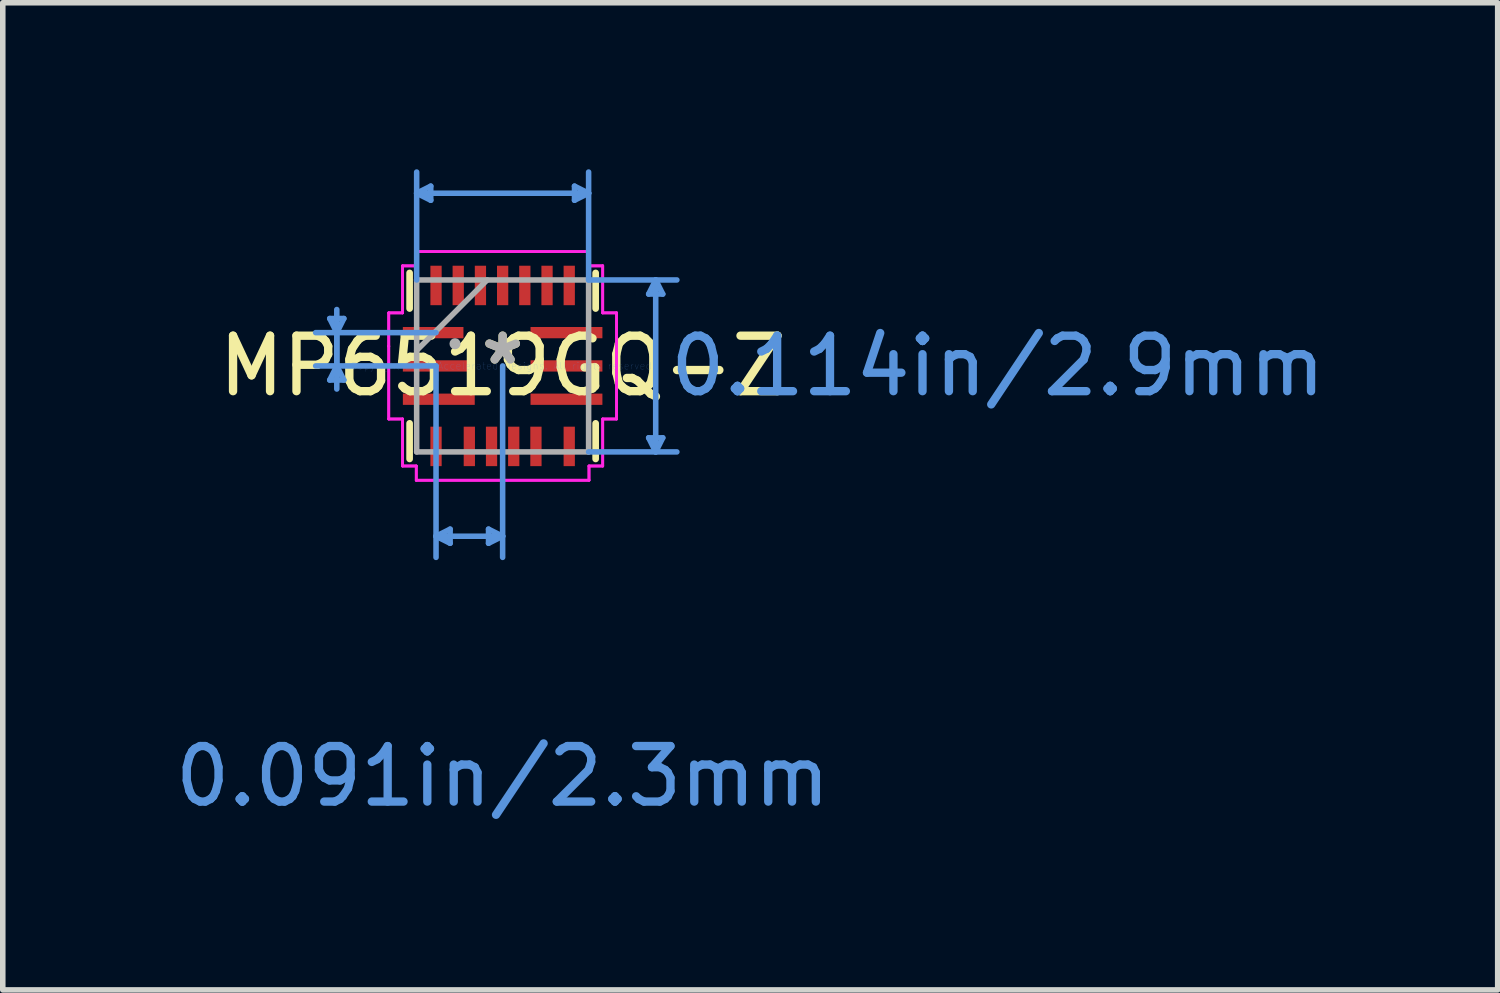
<source format=kicad_pcb>
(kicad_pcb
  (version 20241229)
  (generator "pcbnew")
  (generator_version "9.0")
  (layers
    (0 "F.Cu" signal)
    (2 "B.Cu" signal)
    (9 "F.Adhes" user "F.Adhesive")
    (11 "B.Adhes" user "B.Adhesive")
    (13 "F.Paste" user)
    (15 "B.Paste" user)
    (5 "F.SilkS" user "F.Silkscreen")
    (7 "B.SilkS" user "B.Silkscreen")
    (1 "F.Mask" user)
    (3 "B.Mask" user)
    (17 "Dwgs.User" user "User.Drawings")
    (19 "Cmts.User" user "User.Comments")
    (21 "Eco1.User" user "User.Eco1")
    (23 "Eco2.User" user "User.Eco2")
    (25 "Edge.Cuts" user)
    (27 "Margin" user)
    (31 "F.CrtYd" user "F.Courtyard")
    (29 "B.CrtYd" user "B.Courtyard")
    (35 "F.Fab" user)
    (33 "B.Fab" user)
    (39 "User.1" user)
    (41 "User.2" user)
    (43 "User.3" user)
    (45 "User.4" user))
  (footprint "MP6519GQ-Z"
    (layer "F.Cu")
    (at 6.006 3.543)
    (property "Reference" "MP6519GQ-Z" (at 0 0 0) (layer "F.SilkS") (effects (font (size 1 1) (thickness 0.15))))
    (attr through_hole)
    (fp_line (start -1.676 -1.034) (end -1.676 -1.676) (stroke (width 0.12) (type solid)) (layer "F.SilkS"))
    (fp_line (start -1.676 1.676) (end -1.676 1.034) (stroke (width 0.12) (type solid)) (layer "F.SilkS"))
    (fp_line (start 1.676 -1.676) (end 1.676 -1.034) (stroke (width 0.12) (type solid)) (layer "F.SilkS"))
    (fp_line (start 1.676 1.034) (end 1.676 1.676) (stroke (width 0.12) (type solid)) (layer "F.SilkS"))
    (fp_line (start -3.115 -0.854) (end -2.988 -0.6) (stroke (width 0.1) (type solid)) (layer "Cmts.User"))
    (fp_line (start -3.115 0.254) (end -2.988 0) (stroke (width 0.1) (type solid)) (layer "Cmts.User"))
    (fp_line (start -3.115 0.254) (end -2.861 0.254) (stroke (width 0.1) (type solid)) (layer "Cmts.User"))
    (fp_line (start -2.988 -1.016) (end -2.988 0) (stroke (width 0.1) (type solid)) (layer "Cmts.User"))
    (fp_line (start -2.988 0.416) (end -2.988 -0.6) (stroke (width 0.1) (type solid)) (layer "Cmts.User"))
    (fp_line (start -2.861 -0.854) (end -3.115 -0.854) (stroke (width 0.1) (type solid)) (layer "Cmts.User"))
    (fp_line (start -2.861 -0.854) (end -2.988 -0.6) (stroke (width 0.1) (type solid)) (layer "Cmts.User"))
    (fp_line (start -2.861 0.254) (end -2.988 0) (stroke (width 0.1) (type solid)) (layer "Cmts.User"))
    (fp_line (start -1.549 -3.112) (end 1.549 -3.112) (stroke (width 0.1) (type solid)) (layer "Cmts.User"))
    (fp_line (start -1.549 -1.549) (end -1.549 -3.493) (stroke (width 0.1) (type solid)) (layer "Cmts.User"))
    (fp_line (start -1.295 -3.239) (end -1.549 -3.112) (stroke (width 0.1) (type solid)) (layer "Cmts.User"))
    (fp_line (start -1.295 -2.985) (end -1.549 -3.112) (stroke (width 0.1) (type solid)) (layer "Cmts.User"))
    (fp_line (start -1.295 -2.985) (end -1.295 -3.239) (stroke (width 0.1) (type solid)) (layer "Cmts.User"))
    (fp_line (start -1.2 3.068) (end -0.000011 3.068) (stroke (width 0.1) (type solid)) (layer "Cmts.User"))
    (fp_line (start -1.2 -0.6) (end -3.369 -0.6) (stroke (width 0.1) (type solid)) (layer "Cmts.User"))
    (fp_line (start -1.2 0) (end -3.369 0) (stroke (width 0.1) (type solid)) (layer "Cmts.User"))
    (fp_line (start -1.2 0) (end -1.2 3.449) (stroke (width 0.1) (type solid)) (layer "Cmts.User"))
    (fp_line (start -0.946 2.941) (end -1.2 3.068) (stroke (width 0.1) (type solid)) (layer "Cmts.User"))
    (fp_line (start -0.946 3.195) (end -1.2 3.068) (stroke (width 0.1) (type solid)) (layer "Cmts.User"))
    (fp_line (start -0.946 3.195) (end -0.946 2.941) (stroke (width 0.1) (type solid)) (layer "Cmts.User"))
    (fp_line (start -0.254 2.941) (end -0.254 3.195) (stroke (width 0.1) (type solid)) (layer "Cmts.User"))
    (fp_line (start -0.254 2.941) (end -0.000011 3.068) (stroke (width 0.1) (type solid)) (layer "Cmts.User"))
    (fp_line (start -0.254 3.195) (end -0.000011 3.068) (stroke (width 0.1) (type solid)) (layer "Cmts.User"))
    (fp_line (start 0 0) (end -0.000013 3.449) (stroke (width 0.1) (type solid)) (layer "Cmts.User"))
    (fp_line (start 1.295 -2.985) (end 1.549 -3.112) (stroke (width 0.1) (type solid)) (layer "Cmts.User"))
    (fp_line (start 1.295 -3.239) (end 1.295 -2.985) (stroke (width 0.1) (type solid)) (layer "Cmts.User"))
    (fp_line (start 1.295 -3.239) (end 1.549 -3.112) (stroke (width 0.1) (type solid)) (layer "Cmts.User"))
    (fp_line (start 1.549 -1.549) (end 1.549 -3.493) (stroke (width 0.1) (type solid)) (layer "Cmts.User"))
    (fp_line (start 1.549 -1.549) (end 3.139 -1.549) (stroke (width 0.1) (type solid)) (layer "Cmts.User"))
    (fp_line (start 1.549 1.549) (end 3.139 1.549) (stroke (width 0.1) (type solid)) (layer "Cmts.User"))
    (fp_line (start 2.631 -1.295) (end 2.758 -1.549) (stroke (width 0.1) (type solid)) (layer "Cmts.User"))
    (fp_line (start 2.631 -1.295) (end 2.885 -1.295) (stroke (width 0.1) (type solid)) (layer "Cmts.User"))
    (fp_line (start 2.631 1.295) (end 2.758 1.549) (stroke (width 0.1) (type solid)) (layer "Cmts.User"))
    (fp_line (start 2.758 -1.549) (end 2.758 1.549) (stroke (width 0.1) (type solid)) (layer "Cmts.User"))
    (fp_line (start 2.885 1.295) (end 2.631 1.295) (stroke (width 0.1) (type solid)) (layer "Cmts.User"))
    (fp_line (start 2.885 1.295) (end 2.758 1.549) (stroke (width 0.1) (type solid)) (layer "Cmts.User"))
    (fp_line (start 2.885 -1.295) (end 2.758 -1.549) (stroke (width 0.1) (type solid)) (layer "Cmts.User"))
    (fp_line (start -2.052 -0.956) (end -2.052 -0.356) (stroke (width 0.05) (type solid)) (layer "F.CrtYd"))
    (fp_line (start -2.052 -0.956) (end -2.052 -0.356) (stroke (width 0.05) (type solid)) (layer "F.CrtYd"))
    (fp_line (start -2.052 -0.356) (end -2.052 -0.356) (stroke (width 0.05) (type solid)) (layer "F.CrtYd"))
    (fp_line (start -2.052 -0.356) (end -2.052 -0.356) (stroke (width 0.05) (type solid)) (layer "F.CrtYd"))
    (fp_line (start -2.052 -0.356) (end -2.052 0.956) (stroke (width 0.05) (type solid)) (layer "F.CrtYd"))
    (fp_line (start -2.052 -0.356) (end -2.052 0.956) (stroke (width 0.05) (type solid)) (layer "F.CrtYd"))
    (fp_line (start -2.052 0.956) (end -1.803 0.956) (stroke (width 0.05) (type solid)) (layer "F.CrtYd"))
    (fp_line (start -2.052 0.956) (end -1.803 0.956) (stroke (width 0.05) (type solid)) (layer "F.CrtYd"))
    (fp_line (start -1.803 -1.803) (end -1.803 -0.956) (stroke (width 0.05) (type solid)) (layer "F.CrtYd"))
    (fp_line (start -1.803 -1.803) (end -1.803 -0.956) (stroke (width 0.05) (type solid)) (layer "F.CrtYd"))
    (fp_line (start -1.803 -0.956) (end -2.052 -0.956) (stroke (width 0.05) (type solid)) (layer "F.CrtYd"))
    (fp_line (start -1.803 -0.956) (end -2.052 -0.956) (stroke (width 0.05) (type solid)) (layer "F.CrtYd"))
    (fp_line (start -1.803 0.956) (end -1.803 1.803) (stroke (width 0.05) (type solid)) (layer "F.CrtYd"))
    (fp_line (start -1.803 0.956) (end -1.803 1.803) (stroke (width 0.05) (type solid)) (layer "F.CrtYd"))
    (fp_line (start -1.803 1.803) (end -1.556 1.803) (stroke (width 0.05) (type solid)) (layer "F.CrtYd"))
    (fp_line (start -1.803 1.803) (end -1.556 1.803) (stroke (width 0.05) (type solid)) (layer "F.CrtYd"))
    (fp_line (start -1.556 -2.06) (end -1.556 -1.803) (stroke (width 0.05) (type solid)) (layer "F.CrtYd"))
    (fp_line (start -1.556 -2.06) (end -1.556 -1.803) (stroke (width 0.05) (type solid)) (layer "F.CrtYd"))
    (fp_line (start -1.556 -1.803) (end -1.803 -1.803) (stroke (width 0.05) (type solid)) (layer "F.CrtYd"))
    (fp_line (start -1.556 -1.803) (end -1.803 -1.803) (stroke (width 0.05) (type solid)) (layer "F.CrtYd"))
    (fp_line (start -1.556 1.803) (end -1.556 2.06) (stroke (width 0.05) (type solid)) (layer "F.CrtYd"))
    (fp_line (start -1.556 1.803) (end -1.556 2.06) (stroke (width 0.05) (type solid)) (layer "F.CrtYd"))
    (fp_line (start -1.556 2.06) (end 1.556 2.06) (stroke (width 0.05) (type solid)) (layer "F.CrtYd"))
    (fp_line (start -1.556 2.06) (end 1.556 2.06) (stroke (width 0.05) (type solid)) (layer "F.CrtYd"))
    (fp_line (start 1.556 -2.06) (end -1.556 -2.06) (stroke (width 0.05) (type solid)) (layer "F.CrtYd"))
    (fp_line (start 1.556 -2.06) (end -1.556 -2.06) (stroke (width 0.05) (type solid)) (layer "F.CrtYd"))
    (fp_line (start 1.556 -1.803) (end 1.556 -2.06) (stroke (width 0.05) (type solid)) (layer "F.CrtYd"))
    (fp_line (start 1.556 -1.803) (end 1.556 -2.06) (stroke (width 0.05) (type solid)) (layer "F.CrtYd"))
    (fp_line (start 1.556 1.803) (end 1.803 1.803) (stroke (width 0.05) (type solid)) (layer "F.CrtYd"))
    (fp_line (start 1.556 1.803) (end 1.803 1.803) (stroke (width 0.05) (type solid)) (layer "F.CrtYd"))
    (fp_line (start 1.556 2.06) (end 1.556 1.803) (stroke (width 0.05) (type solid)) (layer "F.CrtYd"))
    (fp_line (start 1.556 2.06) (end 1.556 1.803) (stroke (width 0.05) (type solid)) (layer "F.CrtYd"))
    (fp_line (start 1.803 -1.803) (end 1.556 -1.803) (stroke (width 0.05) (type solid)) (layer "F.CrtYd"))
    (fp_line (start 1.803 -1.803) (end 1.556 -1.803) (stroke (width 0.05) (type solid)) (layer "F.CrtYd"))
    (fp_line (start 1.803 -0.956) (end 1.803 -1.803) (stroke (width 0.05) (type solid)) (layer "F.CrtYd"))
    (fp_line (start 1.803 -0.956) (end 1.803 -1.803) (stroke (width 0.05) (type solid)) (layer "F.CrtYd"))
    (fp_line (start 1.803 0.956) (end 2.052 0.956) (stroke (width 0.05) (type solid)) (layer "F.CrtYd"))
    (fp_line (start 1.803 0.956) (end 2.052 0.956) (stroke (width 0.05) (type solid)) (layer "F.CrtYd"))
    (fp_line (start 1.803 1.803) (end 1.803 0.956) (stroke (width 0.05) (type solid)) (layer "F.CrtYd"))
    (fp_line (start 1.803 1.803) (end 1.803 0.956) (stroke (width 0.05) (type solid)) (layer "F.CrtYd"))
    (fp_line (start 2.052 -0.956) (end 1.803 -0.956) (stroke (width 0.05) (type solid)) (layer "F.CrtYd"))
    (fp_line (start 2.052 -0.956) (end 1.803 -0.956) (stroke (width 0.05) (type solid)) (layer "F.CrtYd"))
    (fp_line (start 2.052 0.956) (end 2.052 -0.956) (stroke (width 0.05) (type solid)) (layer "F.CrtYd"))
    (fp_line (start 2.052 0.956) (end 2.052 -0.956) (stroke (width 0.05) (type solid)) (layer "F.CrtYd"))
    (fp_line (start -1.549 -1.549) (end -1.549 1.549) (stroke (width 0.1) (type solid)) (layer "F.Fab"))
    (fp_line (start -1.549 -0.279) (end -0.279 -1.549) (stroke (width 0.1) (type solid)) (layer "F.Fab"))
    (fp_line (start -1.549 1.549) (end 1.549 1.549) (stroke (width 0.1) (type solid)) (layer "F.Fab"))
    (fp_line (start 1.549 -1.549) (end -1.549 -1.549) (stroke (width 0.1) (type solid)) (layer "F.Fab"))
    (fp_line (start 1.549 1.549) (end 1.549 -1.549) (stroke (width 0.1) (type solid)) (layer "F.Fab"))
    (fp_circle (center -0.858 -0.4) (end -0.858 -0.4) (stroke (width 0.1) (type solid)) (fill no) (layer "F.Fab"))
    (fp_text user "*" (at 0 0 0) (layer "F.SilkS") (effects (font (size 1 1) (thickness 0.15))))
    (fp_text user "0.114in/2.9mm" (at 8.922 0 0) (layer "Cmts.User") (effects (font (size 1 1) (thickness 0.15))))
    (fp_text user "Copyright 2021 Accelerated Designs. All rights reserved." (at 0 0 0) (layer "Cmts.User") (effects (font (size 0.127 0.127) (thickness 0.002))))
    (fp_text user "0.091in/2.3mm" (at 0 7.394 0) (layer "Cmts.User") (effects (font (size 1 1) (thickness 0.15))))
    (fp_text user "*" (at 0 0 0) (layer "F.Fab") (effects (font (size 1 1) (thickness 0.15))))
    (pad "1" smd rect (at -1.252 -0.6) (size 1.092 0.203) (layers "F.Cu" "F.Mask" "F.Paste"))
    (pad "2" smd rect (at -1.15 0) (size 1.295 0.203) (layers "F.Cu" "F.Mask" "F.Paste"))
    (pad "3" smd rect (at -1.15 0.6) (size 1.295 0.203) (layers "F.Cu" "F.Mask" "F.Paste"))
    (pad "4" smd rect (at -1.2 1.45 90) (size 0.711 0.203) (layers "F.Cu" "F.Mask" "F.Paste"))
    (pad "5" smd rect (at -0.6 1.45 90) (size 0.711 0.203) (layers "F.Cu" "F.Mask" "F.Paste"))
    (pad "6" smd rect (at -0.2 1.45 90) (size 0.711 0.203) (layers "F.Cu" "F.Mask" "F.Paste"))
    (pad "7" smd rect (at 0.2 1.45 90) (size 0.711 0.203) (layers "F.Cu" "F.Mask" "F.Paste"))
    (pad "8" smd rect (at 0.6 1.45 90) (size 0.711 0.203) (layers "F.Cu" "F.Mask" "F.Paste"))
    (pad "9" smd rect (at 1.2 1.45 90) (size 0.711 0.203) (layers "F.Cu" "F.Mask" "F.Paste"))
    (pad "10" smd rect (at 1.15 0.6) (size 1.295 0.203) (layers "F.Cu" "F.Mask" "F.Paste"))
    (pad "11" smd rect (at 1.15 0) (size 1.295 0.203) (layers "F.Cu" "F.Mask" "F.Paste"))
    (pad "12" smd rect (at 1.15 -0.6) (size 1.295 0.203) (layers "F.Cu" "F.Mask" "F.Paste"))
    (pad "13" smd rect (at 1.2 -1.45 90) (size 0.711 0.203) (layers "F.Cu" "F.Mask" "F.Paste"))
    (pad "14" smd rect (at 0.8 -1.45 90) (size 0.711 0.203) (layers "F.Cu" "F.Mask" "F.Paste"))
    (pad "15" smd rect (at 0.4 -1.45 90) (size 0.711 0.203) (layers "F.Cu" "F.Mask" "F.Paste"))
    (pad "16" smd rect (at 0 -1.45 90) (size 0.711 0.203) (layers "F.Cu" "F.Mask" "F.Paste"))
    (pad "17" smd rect (at -0.4 -1.45 90) (size 0.711 0.203) (layers "F.Cu" "F.Mask" "F.Paste"))
    (pad "18" smd rect (at -0.8 -1.45 90) (size 0.711 0.203) (layers "F.Cu" "F.Mask" "F.Paste"))
    (pad "19" smd rect (at -1.2 -1.45 90) (size 0.711 0.203) (layers "F.Cu" "F.Mask" "F.Paste")))
  (gr_rect
    (start -3 -3)
    (end 23.934 14.785)
    (stroke (width 0.1) (type default))
    (fill no)
    (layer "Edge.Cuts")))
</source>
